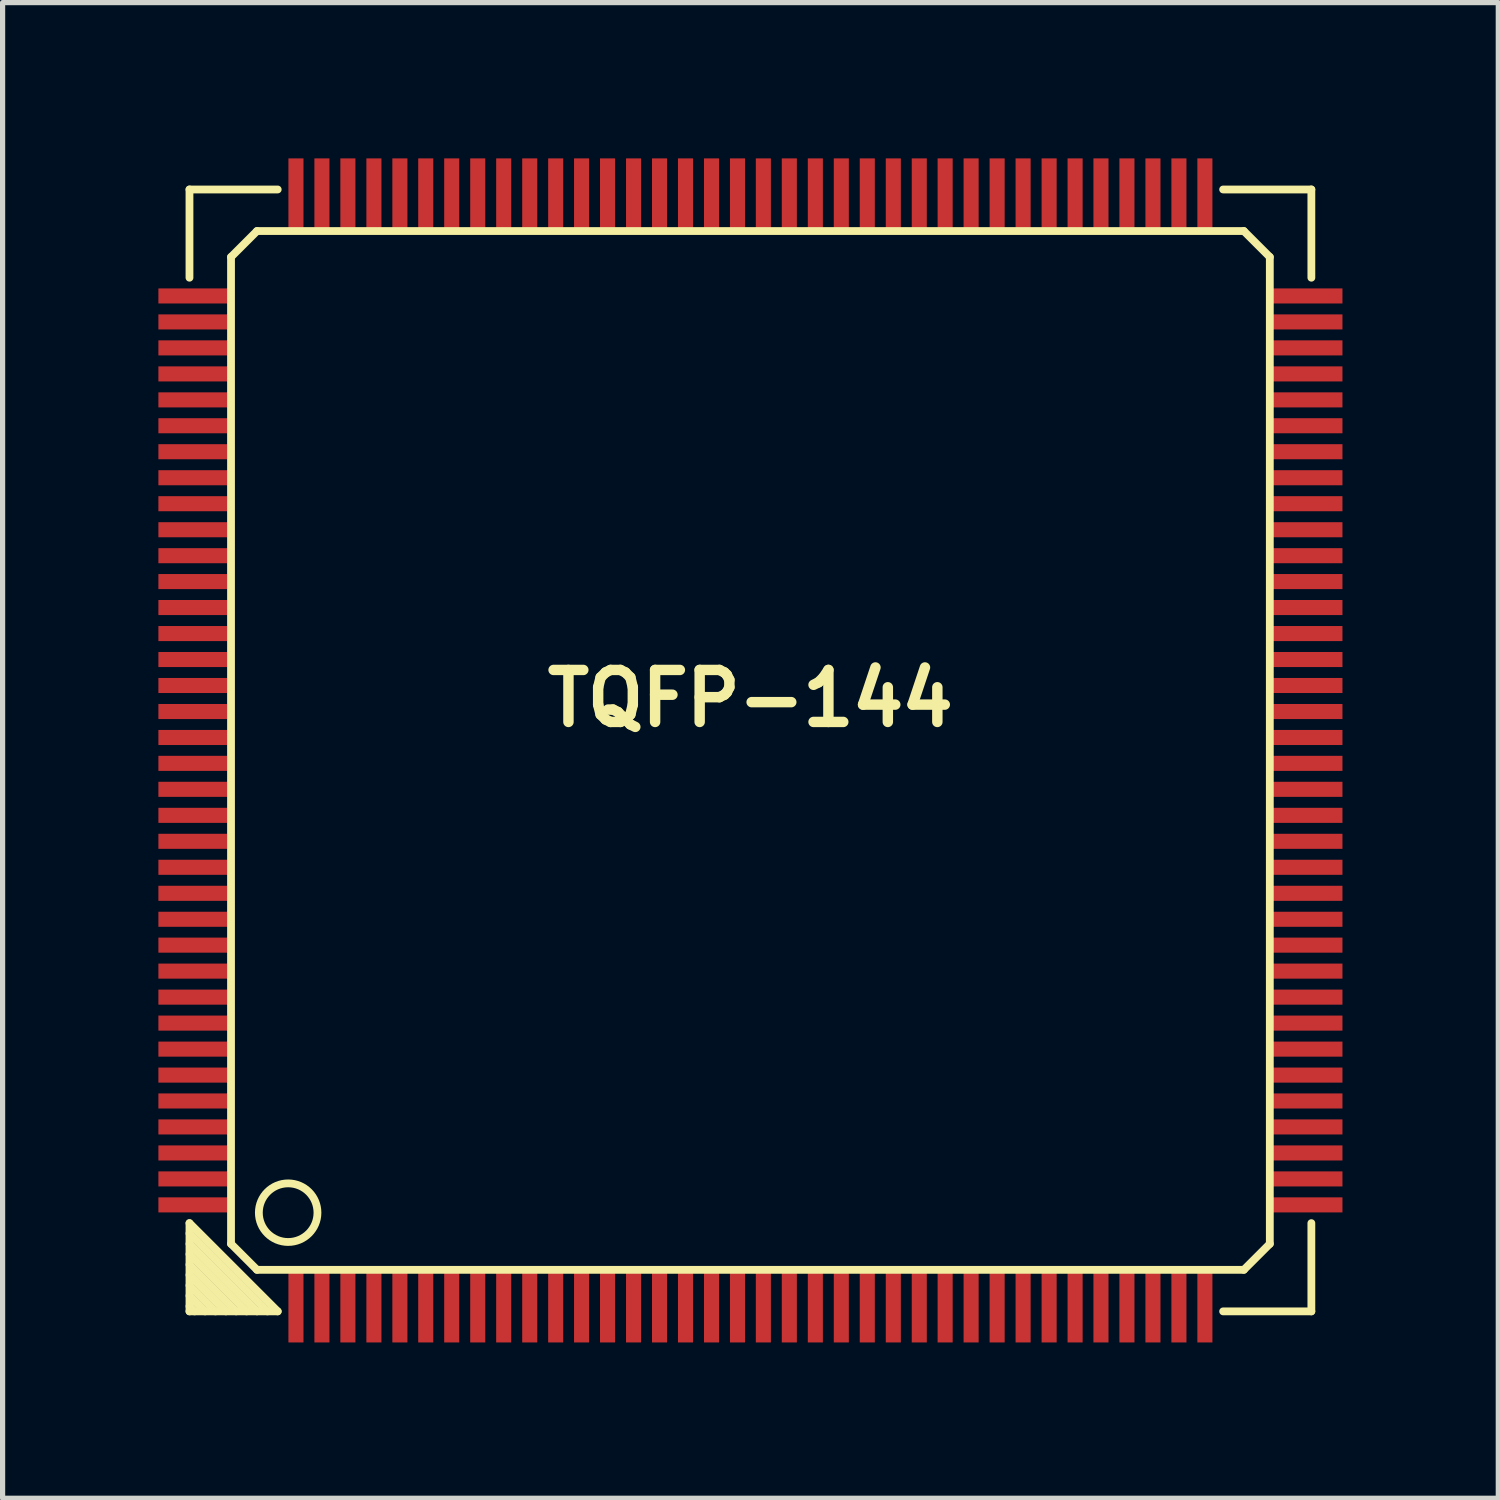
<source format=kicad_pcb>
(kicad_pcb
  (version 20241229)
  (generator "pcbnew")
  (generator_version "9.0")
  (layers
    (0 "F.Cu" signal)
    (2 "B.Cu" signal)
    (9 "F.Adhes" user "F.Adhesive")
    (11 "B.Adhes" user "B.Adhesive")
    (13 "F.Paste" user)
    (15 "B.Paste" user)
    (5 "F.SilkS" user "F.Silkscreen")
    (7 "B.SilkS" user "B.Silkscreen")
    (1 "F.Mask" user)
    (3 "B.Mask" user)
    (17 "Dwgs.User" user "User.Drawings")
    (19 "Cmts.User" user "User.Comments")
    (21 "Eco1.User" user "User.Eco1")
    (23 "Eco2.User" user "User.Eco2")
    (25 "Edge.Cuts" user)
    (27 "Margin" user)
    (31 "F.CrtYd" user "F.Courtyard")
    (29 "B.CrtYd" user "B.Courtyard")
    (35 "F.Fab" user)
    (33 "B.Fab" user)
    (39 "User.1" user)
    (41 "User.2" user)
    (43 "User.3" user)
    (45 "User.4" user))
  (footprint "TQFP-144"
    (layer "F.Cu")
    (at 11.398 11.398)
    (property "Reference" "TQFP-144" (at 0 -1.001 0) (layer "F.SilkS") (effects (font (size 1.001 1.001) (thickness 0.201))))
    (attr through_hole)
    (fp_line (start -10.8 -10.8) (end -9.101 -10.8) (stroke (width 0.15) (type solid)) (layer "F.SilkS"))
    (fp_line (start -10.8 -9.101) (end -10.8 -10.8) (stroke (width 0.15) (type solid)) (layer "F.SilkS"))
    (fp_line (start -10.8 9.101) (end -9.101 10.8) (stroke (width 0.15) (type solid)) (layer "F.SilkS"))
    (fp_line (start -10.8 9.5) (end -9.5 10.8) (stroke (width 0.15) (type solid)) (layer "F.SilkS"))
    (fp_line (start -10.8 9.901) (end -9.901 10.8) (stroke (width 0.15) (type solid)) (layer "F.SilkS"))
    (fp_line (start -10.8 10.3) (end -10.3 10.8) (stroke (width 0.15) (type solid)) (layer "F.SilkS"))
    (fp_line (start -10.8 10.701) (end -10.701 10.8) (stroke (width 0.15) (type solid)) (layer "F.SilkS"))
    (fp_line (start -10.8 10.8) (end -10.8 9.101) (stroke (width 0.15) (type solid)) (layer "F.SilkS"))
    (fp_line (start -10.5 10.8) (end -10.8 10.5) (stroke (width 0.15) (type solid)) (layer "F.SilkS"))
    (fp_line (start -10.099 10.8) (end -10.8 10.099) (stroke (width 0.15) (type solid)) (layer "F.SilkS"))
    (fp_line (start -10 -9.5) (end -9.5 -10) (stroke (width 0.15) (type solid)) (layer "F.SilkS"))
    (fp_line (start -10 9.5) (end -10 -9.5) (stroke (width 0.15) (type solid)) (layer "F.SilkS"))
    (fp_line (start -9.7 10.8) (end -10.8 9.7) (stroke (width 0.15) (type solid)) (layer "F.SilkS"))
    (fp_line (start -9.5 -10) (end 9.5 -10) (stroke (width 0.15) (type solid)) (layer "F.SilkS"))
    (fp_line (start -9.5 10) (end -10 9.5) (stroke (width 0.15) (type solid)) (layer "F.SilkS"))
    (fp_line (start -9.299 10.8) (end -10.8 9.299) (stroke (width 0.15) (type solid)) (layer "F.SilkS"))
    (fp_line (start -9.101 10.8) (end -10.8 10.8) (stroke (width 0.15) (type solid)) (layer "F.SilkS"))
    (fp_line (start 9.101 -10.8) (end 10.8 -10.8) (stroke (width 0.15) (type solid)) (layer "F.SilkS"))
    (fp_line (start 9.5 -10) (end 10 -9.5) (stroke (width 0.15) (type solid)) (layer "F.SilkS"))
    (fp_line (start 9.5 10) (end -9.5 10) (stroke (width 0.15) (type solid)) (layer "F.SilkS"))
    (fp_line (start 10 -9.5) (end 10 9.5) (stroke (width 0.15) (type solid)) (layer "F.SilkS"))
    (fp_line (start 10 9.5) (end 9.5 10) (stroke (width 0.15) (type solid)) (layer "F.SilkS"))
    (fp_line (start 10.8 -10.8) (end 10.8 -9.101) (stroke (width 0.15) (type solid)) (layer "F.SilkS"))
    (fp_line (start 10.8 9.101) (end 10.8 10.8) (stroke (width 0.15) (type solid)) (layer "F.SilkS"))
    (fp_line (start 10.8 10.8) (end 9.101 10.8) (stroke (width 0.15) (type solid)) (layer "F.SilkS"))
    (fp_circle (center -8.9 8.9) (end -9.299 9.299) (stroke (width 0.15) (type solid)) (fill no) (layer "F.SilkS"))
    (pad "1" smd rect (at -8.75 10.724) (size 0.29 1.349) (layers "F.Cu" "F.Mask" "F.Paste"))
    (pad "2" smd rect (at -8.25 10.724) (size 0.29 1.349) (layers "F.Cu" "F.Mask" "F.Paste"))
    (pad "3" smd rect (at -7.75 10.724) (size 0.29 1.349) (layers "F.Cu" "F.Mask" "F.Paste"))
    (pad "4" smd rect (at -7.249 10.724) (size 0.29 1.349) (layers "F.Cu" "F.Mask" "F.Paste"))
    (pad "5" smd rect (at -6.749 10.724) (size 0.29 1.349) (layers "F.Cu" "F.Mask" "F.Paste"))
    (pad "6" smd rect (at -6.251 10.724) (size 0.29 1.349) (layers "F.Cu" "F.Mask" "F.Paste"))
    (pad "7" smd rect (at -5.751 10.724) (size 0.29 1.349) (layers "F.Cu" "F.Mask" "F.Paste"))
    (pad "8" smd rect (at -5.25 10.724) (size 0.29 1.349) (layers "F.Cu" "F.Mask" "F.Paste"))
    (pad "9" smd rect (at -4.75 10.724) (size 0.29 1.349) (layers "F.Cu" "F.Mask" "F.Paste"))
    (pad "10" smd rect (at -4.249 10.724) (size 0.29 1.349) (layers "F.Cu" "F.Mask" "F.Paste"))
    (pad "11" smd rect (at -3.749 10.724) (size 0.29 1.349) (layers "F.Cu" "F.Mask" "F.Paste"))
    (pad "12" smd rect (at -3.251 10.724) (size 0.29 1.349) (layers "F.Cu" "F.Mask" "F.Paste"))
    (pad "13" smd rect (at -2.751 10.724) (size 0.29 1.349) (layers "F.Cu" "F.Mask" "F.Paste"))
    (pad "14" smd rect (at -2.25 10.724) (size 0.29 1.349) (layers "F.Cu" "F.Mask" "F.Paste"))
    (pad "15" smd rect (at -1.75 10.724) (size 0.29 1.349) (layers "F.Cu" "F.Mask" "F.Paste"))
    (pad "16" smd rect (at -1.25 10.724) (size 0.29 1.349) (layers "F.Cu" "F.Mask" "F.Paste"))
    (pad "17" smd rect (at -0.749 10.724) (size 0.29 1.349) (layers "F.Cu" "F.Mask" "F.Paste"))
    (pad "18" smd rect (at -0.249 10.724) (size 0.29 1.349) (layers "F.Cu" "F.Mask" "F.Paste"))
    (pad "19" smd rect (at 0.249 10.724) (size 0.29 1.349) (layers "F.Cu" "F.Mask" "F.Paste"))
    (pad "20" smd rect (at 0.749 10.724) (size 0.29 1.349) (layers "F.Cu" "F.Mask" "F.Paste"))
    (pad "21" smd rect (at 1.25 10.724) (size 0.29 1.349) (layers "F.Cu" "F.Mask" "F.Paste"))
    (pad "22" smd rect (at 1.75 10.724) (size 0.29 1.349) (layers "F.Cu" "F.Mask" "F.Paste"))
    (pad "23" smd rect (at 2.25 10.724) (size 0.29 1.349) (layers "F.Cu" "F.Mask" "F.Paste"))
    (pad "24" smd rect (at 2.751 10.724) (size 0.29 1.349) (layers "F.Cu" "F.Mask" "F.Paste"))
    (pad "25" smd rect (at 3.251 10.724) (size 0.29 1.349) (layers "F.Cu" "F.Mask" "F.Paste"))
    (pad "26" smd rect (at 3.749 10.724) (size 0.29 1.349) (layers "F.Cu" "F.Mask" "F.Paste"))
    (pad "27" smd rect (at 4.249 10.724) (size 0.29 1.349) (layers "F.Cu" "F.Mask" "F.Paste"))
    (pad "28" smd rect (at 4.75 10.724) (size 0.29 1.349) (layers "F.Cu" "F.Mask" "F.Paste"))
    (pad "29" smd rect (at 5.25 10.724) (size 0.29 1.349) (layers "F.Cu" "F.Mask" "F.Paste"))
    (pad "30" smd rect (at 5.751 10.724) (size 0.29 1.349) (layers "F.Cu" "F.Mask" "F.Paste"))
    (pad "31" smd rect (at 6.251 10.724) (size 0.29 1.349) (layers "F.Cu" "F.Mask" "F.Paste"))
    (pad "32" smd rect (at 6.749 10.724) (size 0.29 1.349) (layers "F.Cu" "F.Mask" "F.Paste"))
    (pad "33" smd rect (at 7.249 10.724) (size 0.29 1.349) (layers "F.Cu" "F.Mask" "F.Paste"))
    (pad "34" smd rect (at 7.75 10.724) (size 0.29 1.349) (layers "F.Cu" "F.Mask" "F.Paste"))
    (pad "35" smd rect (at 8.25 10.724) (size 0.29 1.349) (layers "F.Cu" "F.Mask" "F.Paste"))
    (pad "36" smd rect (at 8.75 10.724) (size 0.29 1.349) (layers "F.Cu" "F.Mask" "F.Paste"))
    (pad "37" smd rect (at 10.724 8.75) (size 1.349 0.29) (layers "F.Cu" "F.Mask" "F.Paste"))
    (pad "38" smd rect (at 10.724 8.25) (size 1.349 0.29) (layers "F.Cu" "F.Mask" "F.Paste"))
    (pad "39" smd rect (at 10.724 7.75) (size 1.349 0.29) (layers "F.Cu" "F.Mask" "F.Paste"))
    (pad "40" smd rect (at 10.724 7.249) (size 1.349 0.29) (layers "F.Cu" "F.Mask" "F.Paste"))
    (pad "41" smd rect (at 10.724 6.749) (size 1.349 0.29) (layers "F.Cu" "F.Mask" "F.Paste"))
    (pad "42" smd rect (at 10.724 6.251) (size 1.349 0.29) (layers "F.Cu" "F.Mask" "F.Paste"))
    (pad "43" smd rect (at 10.724 5.751) (size 1.349 0.29) (layers "F.Cu" "F.Mask" "F.Paste"))
    (pad "44" smd rect (at 10.724 5.25) (size 1.349 0.29) (layers "F.Cu" "F.Mask" "F.Paste"))
    (pad "45" smd rect (at 10.724 4.75) (size 1.349 0.29) (layers "F.Cu" "F.Mask" "F.Paste"))
    (pad "46" smd rect (at 10.724 4.249) (size 1.349 0.29) (layers "F.Cu" "F.Mask" "F.Paste"))
    (pad "47" smd rect (at 10.724 3.749) (size 1.349 0.29) (layers "F.Cu" "F.Mask" "F.Paste"))
    (pad "48" smd rect (at 10.724 3.251) (size 1.349 0.29) (layers "F.Cu" "F.Mask" "F.Paste"))
    (pad "49" smd rect (at 10.724 2.751) (size 1.349 0.29) (layers "F.Cu" "F.Mask" "F.Paste"))
    (pad "50" smd rect (at 10.724 2.25) (size 1.349 0.29) (layers "F.Cu" "F.Mask" "F.Paste"))
    (pad "51" smd rect (at 10.724 1.75) (size 1.349 0.29) (layers "F.Cu" "F.Mask" "F.Paste"))
    (pad "52" smd rect (at 10.724 1.25) (size 1.349 0.29) (layers "F.Cu" "F.Mask" "F.Paste"))
    (pad "53" smd rect (at 10.724 0.749) (size 1.349 0.29) (layers "F.Cu" "F.Mask" "F.Paste"))
    (pad "54" smd rect (at 10.724 0.249) (size 1.349 0.29) (layers "F.Cu" "F.Mask" "F.Paste"))
    (pad "55" smd rect (at 10.724 -0.249) (size 1.349 0.29) (layers "F.Cu" "F.Mask" "F.Paste"))
    (pad "56" smd rect (at 10.724 -0.749) (size 1.349 0.29) (layers "F.Cu" "F.Mask" "F.Paste"))
    (pad "57" smd rect (at 10.724 -1.25) (size 1.349 0.29) (layers "F.Cu" "F.Mask" "F.Paste"))
    (pad "58" smd rect (at 10.724 -1.75) (size 1.349 0.29) (layers "F.Cu" "F.Mask" "F.Paste"))
    (pad "59" smd rect (at 10.724 -2.25) (size 1.349 0.29) (layers "F.Cu" "F.Mask" "F.Paste"))
    (pad "60" smd rect (at 10.724 -2.751) (size 1.349 0.29) (layers "F.Cu" "F.Mask" "F.Paste"))
    (pad "61" smd rect (at 10.724 -3.251) (size 1.349 0.29) (layers "F.Cu" "F.Mask" "F.Paste"))
    (pad "62" smd rect (at 10.724 -3.749) (size 1.349 0.29) (layers "F.Cu" "F.Mask" "F.Paste"))
    (pad "63" smd rect (at 10.724 -4.249) (size 1.349 0.29) (layers "F.Cu" "F.Mask" "F.Paste"))
    (pad "64" smd rect (at 10.724 -4.75) (size 1.349 0.29) (layers "F.Cu" "F.Mask" "F.Paste"))
    (pad "65" smd rect (at 10.724 -5.25) (size 1.349 0.29) (layers "F.Cu" "F.Mask" "F.Paste"))
    (pad "66" smd rect (at 10.724 -5.751) (size 1.349 0.29) (layers "F.Cu" "F.Mask" "F.Paste"))
    (pad "67" smd rect (at 10.724 -6.251) (size 1.349 0.29) (layers "F.Cu" "F.Mask" "F.Paste"))
    (pad "68" smd rect (at 10.724 -6.749) (size 1.349 0.29) (layers "F.Cu" "F.Mask" "F.Paste"))
    (pad "69" smd rect (at 10.724 -7.249) (size 1.349 0.29) (layers "F.Cu" "F.Mask" "F.Paste"))
    (pad "70" smd rect (at 10.724 -7.75) (size 1.349 0.29) (layers "F.Cu" "F.Mask" "F.Paste"))
    (pad "71" smd rect (at 10.724 -8.25) (size 1.349 0.29) (layers "F.Cu" "F.Mask" "F.Paste"))
    (pad "72" smd rect (at 10.724 -8.75) (size 1.349 0.29) (layers "F.Cu" "F.Mask" "F.Paste"))
    (pad "73" smd rect (at 8.75 -10.724) (size 0.29 1.349) (layers "F.Cu" "F.Mask" "F.Paste"))
    (pad "74" smd rect (at 8.25 -10.724) (size 0.29 1.349) (layers "F.Cu" "F.Mask" "F.Paste"))
    (pad "75" smd rect (at 7.75 -10.724) (size 0.29 1.349) (layers "F.Cu" "F.Mask" "F.Paste"))
    (pad "76" smd rect (at 7.249 -10.724) (size 0.29 1.349) (layers "F.Cu" "F.Mask" "F.Paste"))
    (pad "77" smd rect (at 6.749 -10.724) (size 0.29 1.349) (layers "F.Cu" "F.Mask" "F.Paste"))
    (pad "78" smd rect (at 6.251 -10.724) (size 0.29 1.349) (layers "F.Cu" "F.Mask" "F.Paste"))
    (pad "79" smd rect (at 5.751 -10.724) (size 0.29 1.349) (layers "F.Cu" "F.Mask" "F.Paste"))
    (pad "80" smd rect (at 5.25 -10.724) (size 0.29 1.349) (layers "F.Cu" "F.Mask" "F.Paste"))
    (pad "81" smd rect (at 4.75 -10.724) (size 0.29 1.349) (layers "F.Cu" "F.Mask" "F.Paste"))
    (pad "82" smd rect (at 4.249 -10.724) (size 0.29 1.349) (layers "F.Cu" "F.Mask" "F.Paste"))
    (pad "83" smd rect (at 3.749 -10.724) (size 0.29 1.349) (layers "F.Cu" "F.Mask" "F.Paste"))
    (pad "84" smd rect (at 3.251 -10.724) (size 0.29 1.349) (layers "F.Cu" "F.Mask" "F.Paste"))
    (pad "85" smd rect (at 2.751 -10.724) (size 0.29 1.349) (layers "F.Cu" "F.Mask" "F.Paste"))
    (pad "86" smd rect (at 2.25 -10.724) (size 0.29 1.349) (layers "F.Cu" "F.Mask" "F.Paste"))
    (pad "87" smd rect (at 1.75 -10.724) (size 0.29 1.349) (layers "F.Cu" "F.Mask" "F.Paste"))
    (pad "88" smd rect (at 1.25 -10.724) (size 0.29 1.349) (layers "F.Cu" "F.Mask" "F.Paste"))
    (pad "89" smd rect (at 0.749 -10.724) (size 0.29 1.349) (layers "F.Cu" "F.Mask" "F.Paste"))
    (pad "90" smd rect (at 0.249 -10.724) (size 0.29 1.349) (layers "F.Cu" "F.Mask" "F.Paste"))
    (pad "91" smd rect (at -0.249 -10.724) (size 0.29 1.349) (layers "F.Cu" "F.Mask" "F.Paste"))
    (pad "92" smd rect (at -0.749 -10.724) (size 0.29 1.349) (layers "F.Cu" "F.Mask" "F.Paste"))
    (pad "93" smd rect (at -1.25 -10.724) (size 0.29 1.349) (layers "F.Cu" "F.Mask" "F.Paste"))
    (pad "94" smd rect (at -1.75 -10.724) (size 0.29 1.349) (layers "F.Cu" "F.Mask" "F.Paste"))
    (pad "95" smd rect (at -2.25 -10.724) (size 0.29 1.349) (layers "F.Cu" "F.Mask" "F.Paste"))
    (pad "96" smd rect (at -2.751 -10.724) (size 0.29 1.349) (layers "F.Cu" "F.Mask" "F.Paste"))
    (pad "97" smd rect (at -3.251 -10.724) (size 0.29 1.349) (layers "F.Cu" "F.Mask" "F.Paste"))
    (pad "98" smd rect (at -3.749 -10.724) (size 0.29 1.349) (layers "F.Cu" "F.Mask" "F.Paste"))
    (pad "99" smd rect (at -4.249 -10.724) (size 0.29 1.349) (layers "F.Cu" "F.Mask" "F.Paste"))
    (pad "100" smd rect (at -4.75 -10.724) (size 0.29 1.349) (layers "F.Cu" "F.Mask" "F.Paste"))
    (pad "101" smd rect (at -5.25 -10.724) (size 0.29 1.349) (layers "F.Cu" "F.Mask" "F.Paste"))
    (pad "102" smd rect (at -5.751 -10.724) (size 0.29 1.349) (layers "F.Cu" "F.Mask" "F.Paste"))
    (pad "103" smd rect (at -6.251 -10.724) (size 0.29 1.349) (layers "F.Cu" "F.Mask" "F.Paste"))
    (pad "104" smd rect (at -6.749 -10.724) (size 0.29 1.349) (layers "F.Cu" "F.Mask" "F.Paste"))
    (pad "105" smd rect (at -7.249 -10.724) (size 0.29 1.349) (layers "F.Cu" "F.Mask" "F.Paste"))
    (pad "106" smd rect (at -7.75 -10.724) (size 0.29 1.349) (layers "F.Cu" "F.Mask" "F.Paste"))
    (pad "107" smd rect (at -8.25 -10.724) (size 0.29 1.349) (layers "F.Cu" "F.Mask" "F.Paste"))
    (pad "108" smd rect (at -8.75 -10.724) (size 0.29 1.349) (layers "F.Cu" "F.Mask" "F.Paste"))
    (pad "109" smd rect (at -10.724 -8.75) (size 1.349 0.29) (layers "F.Cu" "F.Mask" "F.Paste"))
    (pad "110" smd rect (at -10.724 -8.25) (size 1.349 0.29) (layers "F.Cu" "F.Mask" "F.Paste"))
    (pad "111" smd rect (at -10.724 -7.75) (size 1.349 0.29) (layers "F.Cu" "F.Mask" "F.Paste"))
    (pad "112" smd rect (at -10.724 -7.249) (size 1.349 0.29) (layers "F.Cu" "F.Mask" "F.Paste"))
    (pad "113" smd rect (at -10.724 -6.749) (size 1.349 0.29) (layers "F.Cu" "F.Mask" "F.Paste"))
    (pad "114" smd rect (at -10.724 -6.251) (size 1.349 0.29) (layers "F.Cu" "F.Mask" "F.Paste"))
    (pad "115" smd rect (at -10.724 -5.751) (size 1.349 0.29) (layers "F.Cu" "F.Mask" "F.Paste"))
    (pad "116" smd rect (at -10.724 -5.25) (size 1.349 0.29) (layers "F.Cu" "F.Mask" "F.Paste"))
    (pad "117" smd rect (at -10.724 -4.75) (size 1.349 0.29) (layers "F.Cu" "F.Mask" "F.Paste"))
    (pad "118" smd rect (at -10.724 -4.249) (size 1.349 0.29) (layers "F.Cu" "F.Mask" "F.Paste"))
    (pad "119" smd rect (at -10.724 -3.749) (size 1.349 0.29) (layers "F.Cu" "F.Mask" "F.Paste"))
    (pad "120" smd rect (at -10.724 -3.251) (size 1.349 0.29) (layers "F.Cu" "F.Mask" "F.Paste"))
    (pad "121" smd rect (at -10.724 -2.751) (size 1.349 0.29) (layers "F.Cu" "F.Mask" "F.Paste"))
    (pad "122" smd rect (at -10.724 -2.25) (size 1.349 0.29) (layers "F.Cu" "F.Mask" "F.Paste"))
    (pad "123" smd rect (at -10.724 -1.75) (size 1.349 0.29) (layers "F.Cu" "F.Mask" "F.Paste"))
    (pad "124" smd rect (at -10.724 -1.25) (size 1.349 0.29) (layers "F.Cu" "F.Mask" "F.Paste"))
    (pad "125" smd rect (at -10.724 -0.749) (size 1.349 0.29) (layers "F.Cu" "F.Mask" "F.Paste"))
    (pad "126" smd rect (at -10.724 -0.249) (size 1.349 0.29) (layers "F.Cu" "F.Mask" "F.Paste"))
    (pad "127" smd rect (at -10.724 0.249) (size 1.349 0.29) (layers "F.Cu" "F.Mask" "F.Paste"))
    (pad "128" smd rect (at -10.724 0.749) (size 1.349 0.29) (layers "F.Cu" "F.Mask" "F.Paste"))
    (pad "129" smd rect (at -10.724 1.25) (size 1.349 0.29) (layers "F.Cu" "F.Mask" "F.Paste"))
    (pad "130" smd rect (at -10.724 1.75) (size 1.349 0.29) (layers "F.Cu" "F.Mask" "F.Paste"))
    (pad "131" smd rect (at -10.724 2.25) (size 1.349 0.29) (layers "F.Cu" "F.Mask" "F.Paste"))
    (pad "132" smd rect (at -10.724 2.751) (size 1.349 0.29) (layers "F.Cu" "F.Mask" "F.Paste"))
    (pad "133" smd rect (at -10.724 3.251) (size 1.349 0.29) (layers "F.Cu" "F.Mask" "F.Paste"))
    (pad "134" smd rect (at -10.724 3.749) (size 1.349 0.29) (layers "F.Cu" "F.Mask" "F.Paste"))
    (pad "135" smd rect (at -10.724 4.249) (size 1.349 0.29) (layers "F.Cu" "F.Mask" "F.Paste"))
    (pad "136" smd rect (at -10.724 4.75) (size 1.349 0.29) (layers "F.Cu" "F.Mask" "F.Paste"))
    (pad "137" smd rect (at -10.724 5.25) (size 1.349 0.29) (layers "F.Cu" "F.Mask" "F.Paste"))
    (pad "138" smd rect (at -10.724 5.751) (size 1.349 0.29) (layers "F.Cu" "F.Mask" "F.Paste"))
    (pad "139" smd rect (at -10.724 6.251) (size 1.349 0.29) (layers "F.Cu" "F.Mask" "F.Paste"))
    (pad "140" smd rect (at -10.724 6.749) (size 1.349 0.29) (layers "F.Cu" "F.Mask" "F.Paste"))
    (pad "141" smd rect (at -10.724 7.249) (size 1.349 0.29) (layers "F.Cu" "F.Mask" "F.Paste"))
    (pad "142" smd rect (at -10.724 7.75) (size 1.349 0.29) (layers "F.Cu" "F.Mask" "F.Paste"))
    (pad "143" smd rect (at -10.724 8.25) (size 1.349 0.29) (layers "F.Cu" "F.Mask" "F.Paste"))
    (pad "144" smd rect (at -10.724 8.75) (size 1.349 0.29) (layers "F.Cu" "F.Mask" "F.Paste")))
  (gr_rect
    (start -3 -3)
    (end 25.797 25.797)
    (stroke (width 0.1) (type default))
    (fill no)
    (layer "Edge.Cuts")))
</source>
